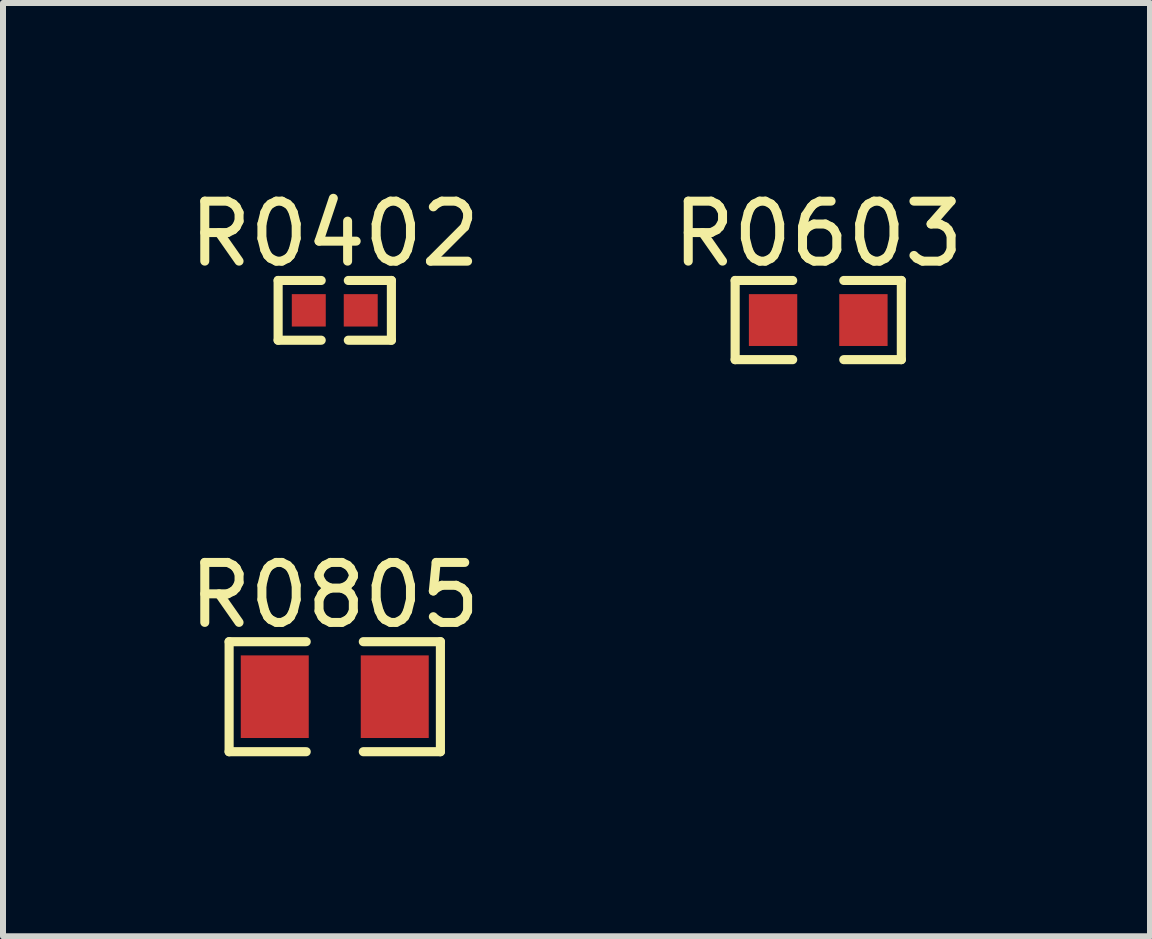
<source format=kicad_pcb>
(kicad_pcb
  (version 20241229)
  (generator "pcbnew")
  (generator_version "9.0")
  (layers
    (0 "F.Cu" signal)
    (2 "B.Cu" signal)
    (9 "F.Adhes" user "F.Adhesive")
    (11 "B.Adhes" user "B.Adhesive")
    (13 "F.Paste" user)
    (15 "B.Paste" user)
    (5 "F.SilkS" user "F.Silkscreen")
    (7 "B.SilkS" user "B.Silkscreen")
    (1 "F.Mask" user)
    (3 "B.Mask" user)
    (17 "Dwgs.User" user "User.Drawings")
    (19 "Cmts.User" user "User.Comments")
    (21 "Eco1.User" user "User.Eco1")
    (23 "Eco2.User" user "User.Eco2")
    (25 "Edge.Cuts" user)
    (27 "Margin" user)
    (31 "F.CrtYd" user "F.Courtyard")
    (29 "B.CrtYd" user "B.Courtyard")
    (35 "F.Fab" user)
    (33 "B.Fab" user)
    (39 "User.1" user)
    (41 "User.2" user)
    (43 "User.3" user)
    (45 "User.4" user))
  (footprint "R0805"
    (layer "F.Cu")
    (at 2.53 8.563)
    (property "Reference" "R0805" (at 0 -1.693 0) (layer "F.SilkS") (effects (font (size 1 1) (thickness 0.15))))
    (fp_line (start -1.761 -0.917) (end -0.476 -0.917) (stroke (width 0.152) (type default)) (layer "F.SilkS"))
    (fp_line (start -1.761 0.917) (end -1.761 -0.917) (stroke (width 0.152) (type default)) (layer "F.SilkS"))
    (fp_line (start -0.476 0.917) (end -1.761 0.917) (stroke (width 0.152) (type default)) (layer "F.SilkS"))
    (fp_line (start 0.476 0.917) (end 1.761 0.917) (stroke (width 0.152) (type default)) (layer "F.SilkS"))
    (fp_line (start 1.761 -0.917) (end 0.476 -0.917) (stroke (width 0.152) (type default)) (layer "F.SilkS"))
    (fp_line (start 1.761 0.917) (end 1.761 -0.917) (stroke (width 0.152) (type default)) (layer "F.SilkS"))
    (fp_poly (pts (xy -1.7 0.64) (xy -1.7 -0.64) (xy -1.65 -0.69) (xy -0.5 -0.69) (xy -0.45 -0.64) (xy -0.445 -0.23) (xy -0.895 -0.23) (xy -0.895 0.22) (xy -0.455 0.22) (xy -0.45 0.64) (xy -0.5 0.69) (xy -1.65 0.69)) (stroke (width 0) (type default)) (fill yes) (layer "F.Paste"))
    (fp_poly (pts (xy 0.45 0.64) (xy 0.45 0.22) (xy 0.895 0.22) (xy 0.895 -0.23) (xy 0.455 -0.23) (xy 0.45 -0.64) (xy 0.5 -0.69) (xy 1.65 -0.69) (xy 1.7 -0.64) (xy 1.7 0.64) (xy 1.65 0.69) (xy 0.5 0.69)) (stroke (width 0) (type default)) (fill yes) (layer "F.Paste"))
    (fp_poly (pts (xy -1 0.637) (xy -1 -0.637) (xy -0.6 -0.637) (xy -0.6 0.637)) (stroke (width 0.1) (type default)) (fill no) (layer "User.1"))
    (fp_poly (pts (xy 1 0.637) (xy 1 -0.637) (xy 0.6 -0.637) (xy 0.6 0.637)) (stroke (width 0.1) (type default)) (fill no) (layer "User.1"))
    (fp_line (start -1 -0.637) (end 1 -0.637) (stroke (width 0.051) (type default)) (layer "User.2"))
    (fp_line (start -1 0.637) (end -1 -0.637) (stroke (width 0.051) (type default)) (layer "User.2"))
    (fp_line (start 1 -0.637) (end 1 0.637) (stroke (width 0.051) (type default)) (layer "User.2"))
    (fp_line (start 1 0.637) (end -1 0.637) (stroke (width 0.051) (type default)) (layer "User.2"))
    (fp_poly (pts (xy -0.945 0.615) (xy -0.977 0.582) (xy -1.023 0.582) (xy -1.055 0.615) (xy -1.055 0.66) (xy -1.023 0.693) (xy -0.977 0.693) (xy -0.945 0.66)) (stroke (width 0.1) (type default)) (fill no) (layer "User.3"))
    (pad "1" smd rect (at -1 0) (size 1.133 1.377) (layers "F.Cu" "F.Mask" "F.Paste"))
    (pad "2" smd rect (at 1 0) (size 1.133 1.377) (layers "F.Cu" "F.Mask" "F.Paste")))
  (footprint "R0402"
    (layer "F.Cu")
    (at 2.53 2.123)
    (property "Reference" "R0402" (at 0 -1.275 0) (layer "F.SilkS") (effects (font (size 1 1) (thickness 0.15))))
    (fp_line (start -0.944 -0.498) (end -0.226 -0.498) (stroke (width 0.152) (type default)) (layer "F.SilkS"))
    (fp_line (start -0.944 0.498) (end -0.944 -0.498) (stroke (width 0.152) (type default)) (layer "F.SilkS"))
    (fp_line (start -0.226 0.498) (end -0.944 0.498) (stroke (width 0.152) (type default)) (layer "F.SilkS"))
    (fp_line (start 0.226 0.498) (end 0.944 0.498) (stroke (width 0.152) (type default)) (layer "F.SilkS"))
    (fp_line (start 0.944 -0.498) (end 0.226 -0.498) (stroke (width 0.152) (type default)) (layer "F.SilkS"))
    (fp_line (start 0.944 0.498) (end 0.944 -0.498) (stroke (width 0.152) (type default)) (layer "F.SilkS"))
    (fp_poly (pts (xy -0.135 0.23) (xy -0.135 -0.23) (xy -0.175 -0.27) (xy -0.675 -0.27) (xy -0.716 -0.23) (xy -0.716 0.23) (xy -0.675 0.27) (xy -0.175 0.27)) (stroke (width 0) (type default)) (fill yes) (layer "F.Paste"))
    (fp_poly (pts (xy 0.135 0.23) (xy 0.135 -0.23) (xy 0.175 -0.27) (xy 0.675 -0.27) (xy 0.716 -0.23) (xy 0.716 0.23) (xy 0.675 0.27) (xy 0.175 0.27)) (stroke (width 0) (type default)) (fill yes) (layer "F.Paste"))
    (fp_poly (pts (xy -0.249 -0.25) (xy -0.249 0.25) (xy -0.499 0.25) (xy -0.499 -0.25)) (stroke (width 0.1) (type default)) (fill no) (layer "User.1"))
    (fp_poly (pts (xy 0.252 0.25) (xy 0.252 -0.25) (xy 0.501 -0.25) (xy 0.501 0.25)) (stroke (width 0.1) (type default)) (fill no) (layer "User.1"))
    (fp_line (start -0.5 -0.25) (end 0.5 -0.25) (stroke (width 0.051) (type default)) (layer "User.2"))
    (fp_line (start -0.5 0.25) (end -0.5 -0.25) (stroke (width 0.051) (type default)) (layer "User.2"))
    (fp_line (start 0.5 -0.25) (end 0.5 0.25) (stroke (width 0.051) (type default)) (layer "User.2"))
    (fp_line (start 0.5 0.25) (end -0.5 0.25) (stroke (width 0.051) (type default)) (layer "User.2"))
    (fp_poly (pts (xy -0.445 0.227) (xy -0.477 0.195) (xy -0.523 0.195) (xy -0.555 0.227) (xy -0.555 0.273) (xy -0.523 0.305) (xy -0.477 0.305) (xy -0.445 0.273)) (stroke (width 0.1) (type default)) (fill no) (layer "User.3"))
    (pad "1" smd rect (at -0.433 0) (size 0.566 0.54) (layers "F.Cu" "F.Mask" "F.Paste"))
    (pad "2" smd rect (at 0.433 0) (size 0.566 0.54) (layers "F.Cu" "F.Mask" "F.Paste")))
  (footprint "R0603"
    (layer "F.Cu")
    (at 10.589 2.285)
    (property "Reference" "R0603" (at 0 -1.437 0) (layer "F.SilkS") (effects (font (size 1 1) (thickness 0.15))))
    (fp_line (start -1.385 -0.66) (end -0.426 -0.66) (stroke (width 0.152) (type default)) (layer "F.SilkS"))
    (fp_line (start -1.385 0.66) (end -1.385 -0.66) (stroke (width 0.152) (type default)) (layer "F.SilkS"))
    (fp_line (start -0.426 0.66) (end -1.385 0.66) (stroke (width 0.152) (type default)) (layer "F.SilkS"))
    (fp_line (start 0.426 0.66) (end 1.385 0.66) (stroke (width 0.152) (type default)) (layer "F.SilkS"))
    (fp_line (start 1.385 -0.66) (end 0.426 -0.66) (stroke (width 0.152) (type default)) (layer "F.SilkS"))
    (fp_line (start 1.385 0.66) (end 1.385 -0.66) (stroke (width 0.152) (type default)) (layer "F.SilkS"))
    (fp_poly (pts (xy -1.195 0.45) (xy -0.395 0.45) (xy -0.345 0.4) (xy -0.345 0.172) (xy -0.715 0.172) (xy -0.715 -0.158) (xy -0.345 -0.158) (xy -0.345 -0.4) (xy -0.395 -0.45) (xy -1.195 -0.45) (xy -1.245 -0.4) (xy -1.245 0.4)) (stroke (width 0) (type default)) (fill yes) (layer "F.Paste"))
    (fp_poly (pts (xy 1.195 -0.45) (xy 0.395 -0.45) (xy 0.345 -0.4) (xy 0.345 -0.172) (xy 0.715 -0.172) (xy 0.715 0.158) (xy 0.345 0.158) (xy 0.345 0.4) (xy 0.395 0.45) (xy 1.195 0.45) (xy 1.245 0.4) (xy 1.245 -0.4)) (stroke (width 0) (type default)) (fill yes) (layer "F.Paste"))
    (fp_poly (pts (xy -0.8 0.4) (xy -0.8 -0.4) (xy -0.5 -0.4) (xy -0.5 0.4)) (stroke (width 0.1) (type default)) (fill no) (layer "User.1"))
    (fp_poly (pts (xy 0.8 0.4) (xy 0.8 -0.4) (xy 0.5 -0.4) (xy 0.5 0.4)) (stroke (width 0.1) (type default)) (fill no) (layer "User.1"))
    (fp_line (start -0.8 -0.4) (end 0.8 -0.4) (stroke (width 0.051) (type default)) (layer "User.2"))
    (fp_line (start -0.8 0.4) (end -0.8 -0.4) (stroke (width 0.051) (type default)) (layer "User.2"))
    (fp_line (start 0.8 -0.4) (end 0.8 0.4) (stroke (width 0.051) (type default)) (layer "User.2"))
    (fp_line (start 0.8 0.4) (end -0.8 0.4) (stroke (width 0.051) (type default)) (layer "User.2"))
    (fp_poly (pts (xy -0.745 0.377) (xy -0.777 0.345) (xy -0.823 0.345) (xy -0.855 0.377) (xy -0.855 0.423) (xy -0.823 0.455) (xy -0.777 0.455) (xy -0.745 0.423)) (stroke (width 0.1) (type default)) (fill no) (layer "User.3"))
    (pad "1" smd rect (at -0.753 0) (size 0.806 0.864) (layers "F.Cu" "F.Mask" "F.Paste"))
    (pad "2" smd rect (at 0.753 0) (size 0.806 0.864) (layers "F.Cu" "F.Mask" "F.Paste")))
  (gr_rect
    (start -3 -3)
    (end 16.119 12.556)
    (stroke (width 0.1) (type default))
    (fill no)
    (layer "Edge.Cuts")))
</source>
